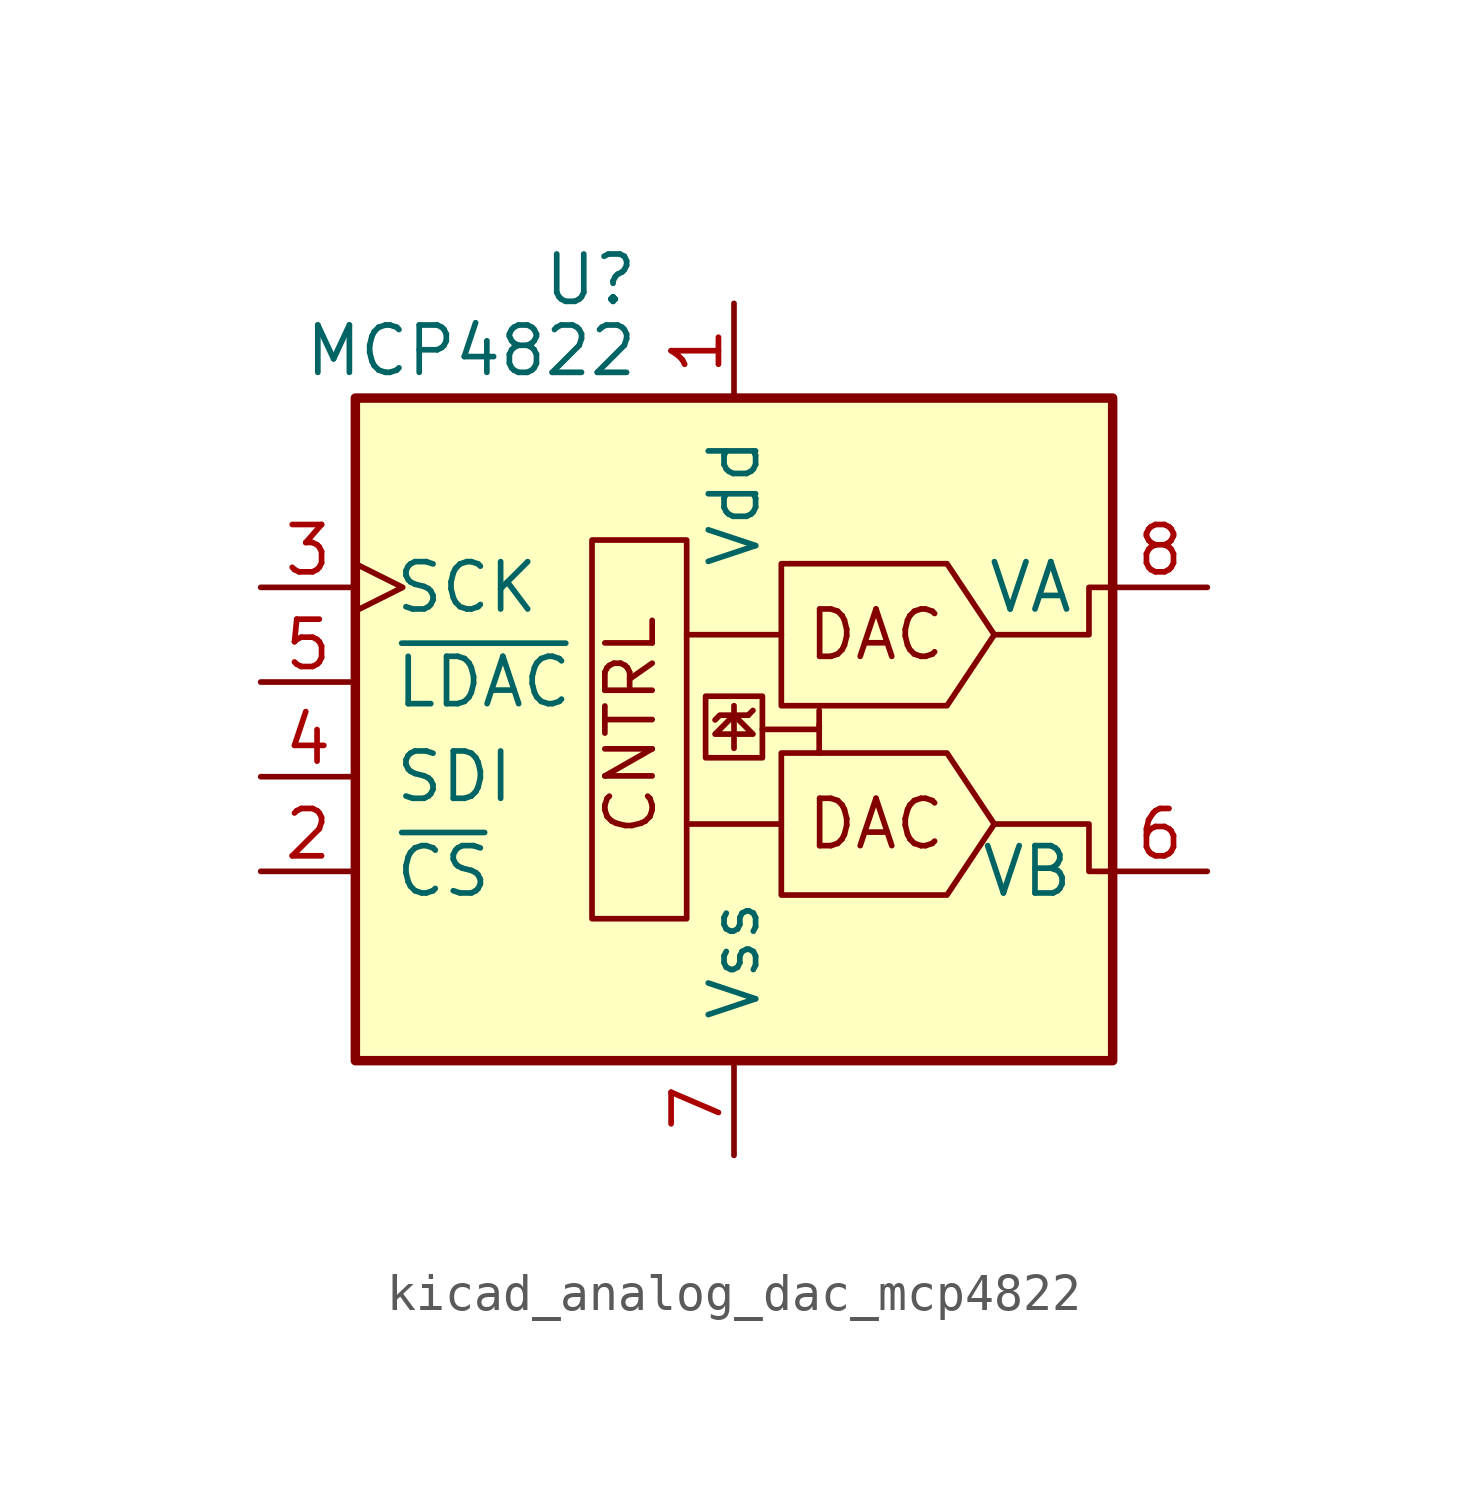
<source format=kicad_sym>
(kicad_symbol_lib
  (version 20220914)
  (generator kicad_symbol_editor)
  (symbol "kicad_analog_dac_mcp4822"
    (pin_names
      (offset 1.016))
    (property "Reference" "U"
      (at -2.54 10.795 0)
      (effects (font (size 1.27 1.27)) (justify right)))
    (property "Value" "MCP4822"
      (at -2.54 8.89 0)
      (effects (font (size 1.27 1.27)) (justify right)))
    (symbol "kicad_analog_dac_mcp4822_0_0"
      (polyline (pts (xy 0 -1.778) (xy 0 -0.635)) (stroke (width 0) (type default)) (fill (type none)))
      (polyline (pts (xy 0.381 -0.889) (xy 0.508 -0.762)) (stroke (width 0) (type default)) (fill (type none)))
      (polyline (pts (xy 2.286 -1.143) (xy 2.286 -1.905)) (stroke (width 0) (type default)) (fill (type none)))
      (polyline (pts (xy 0.381 -0.889) (xy -0.381 -0.889) (xy -0.508 -1.016)) (stroke (width 0) (type default)) (fill (type none)))
      (polyline (pts (xy 0.762 -1.27) (xy 2.286 -1.27) (xy 2.286 -0.762)) (stroke (width 0) (type default)) (fill (type none)))
      (polyline (pts (xy 0 -0.889) (xy 0.508 -1.397) (xy -0.508 -1.397) (xy 0 -0.889)) (stroke (width 0) (type default)) (fill (type none)))
      (polyline (pts (xy 6.985 -3.81) (xy 9.525 -3.81) (xy 9.525 -5.08) (xy 10.16 -5.08)) (stroke (width 0) (type default)) (fill (type none)))
      (polyline (pts (xy 6.985 1.27) (xy 9.525 1.27) (xy 9.525 2.54) (xy 10.16 2.54)) (stroke (width 0) (type default)) (fill (type none)))
      (rectangle (start 0.762 -0.381) (end -0.762 -2.032) (stroke (width 0) (type default)) (fill (type none)))
      (text "CNTRL" (at -2.032 -4.191 900) (effects (font (size 1.27 1.27)) (justify left bottom)))
      (text "DAC" (at 3.81 -3.81 0) (effects (font (size 1.27 1.27))))
      (text "DAC" (at 3.81 1.27 0) (effects (font (size 1.27 1.27)))))
    (symbol "kicad_analog_dac_mcp4822_0_1"
      (rectangle (start -10.16 7.62) (end 10.16 -10.16) (stroke (width 0.254) (type default)) (fill (type background)))
      (rectangle (start -1.27 -6.35) (end -3.81 3.81) (stroke (width 0) (type default)) (fill (type none)))
      (polyline (pts (xy 1.27 -3.81) (xy -1.27 -3.81)) (stroke (width 0) (type default)) (fill (type none)))
      (polyline (pts (xy 1.27 1.27) (xy -1.27 1.27)) (stroke (width 0) (type default)) (fill (type none)))
      (polyline (pts (xy 6.985 -3.81) (xy 5.715 -1.905) (xy 1.27 -1.905) (xy 1.27 -5.715) (xy 5.715 -5.715) (xy 6.985 -3.81)) (stroke (width 0) (type default)) (fill (type none)))
      (polyline (pts (xy 6.985 1.27) (xy 5.715 3.175) (xy 1.27 3.175) (xy 1.27 -0.635) (xy 5.715 -0.635) (xy 6.985 1.27)) (stroke (width 0) (type default)) (fill (type none))))
    (symbol "kicad_analog_dac_mcp4822_1_1"
      (pin power_in line (at 0 10.16 270) (length 2.54) (name "Vdd" (effects (font (size 1.27 1.27)))) (number "1" (effects (font (size 1.27 1.27)))))
      (pin input line (at -12.7 -5.08 0) (length 2.54) (name "~{CS}" (effects (font (size 1.27 1.27)))) (number "2" (effects (font (size 1.27 1.27)))))
      (pin input clock (at -12.7 2.54 0) (length 2.54) (name "SCK" (effects (font (size 1.27 1.27)))) (number "3" (effects (font (size 1.27 1.27)))))
      (pin input line (at -12.7 -2.54 0) (length 2.54) (name "SDI" (effects (font (size 1.27 1.27)))) (number "4" (effects (font (size 1.27 1.27)))))
      (pin input line (at -12.7 0 0) (length 2.54) (name "~{LDAC}" (effects (font (size 1.27 1.27)))) (number "5" (effects (font (size 1.27 1.27)))))
      (pin output line (at 12.7 -5.08 180) (length 2.54) (name "VB" (effects (font (size 1.27 1.27)))) (number "6" (effects (font (size 1.27 1.27)))))
      (pin power_in line (at 0 -12.7 90) (length 2.54) (name "Vss" (effects (font (size 1.27 1.27)))) (number "7" (effects (font (size 1.27 1.27)))))
      (pin output line (at 12.7 2.54 180) (length 2.54) (name "VA" (effects (font (size 1.27 1.27)))) (number "8" (effects (font (size 1.27 1.27))))))))
</source>
